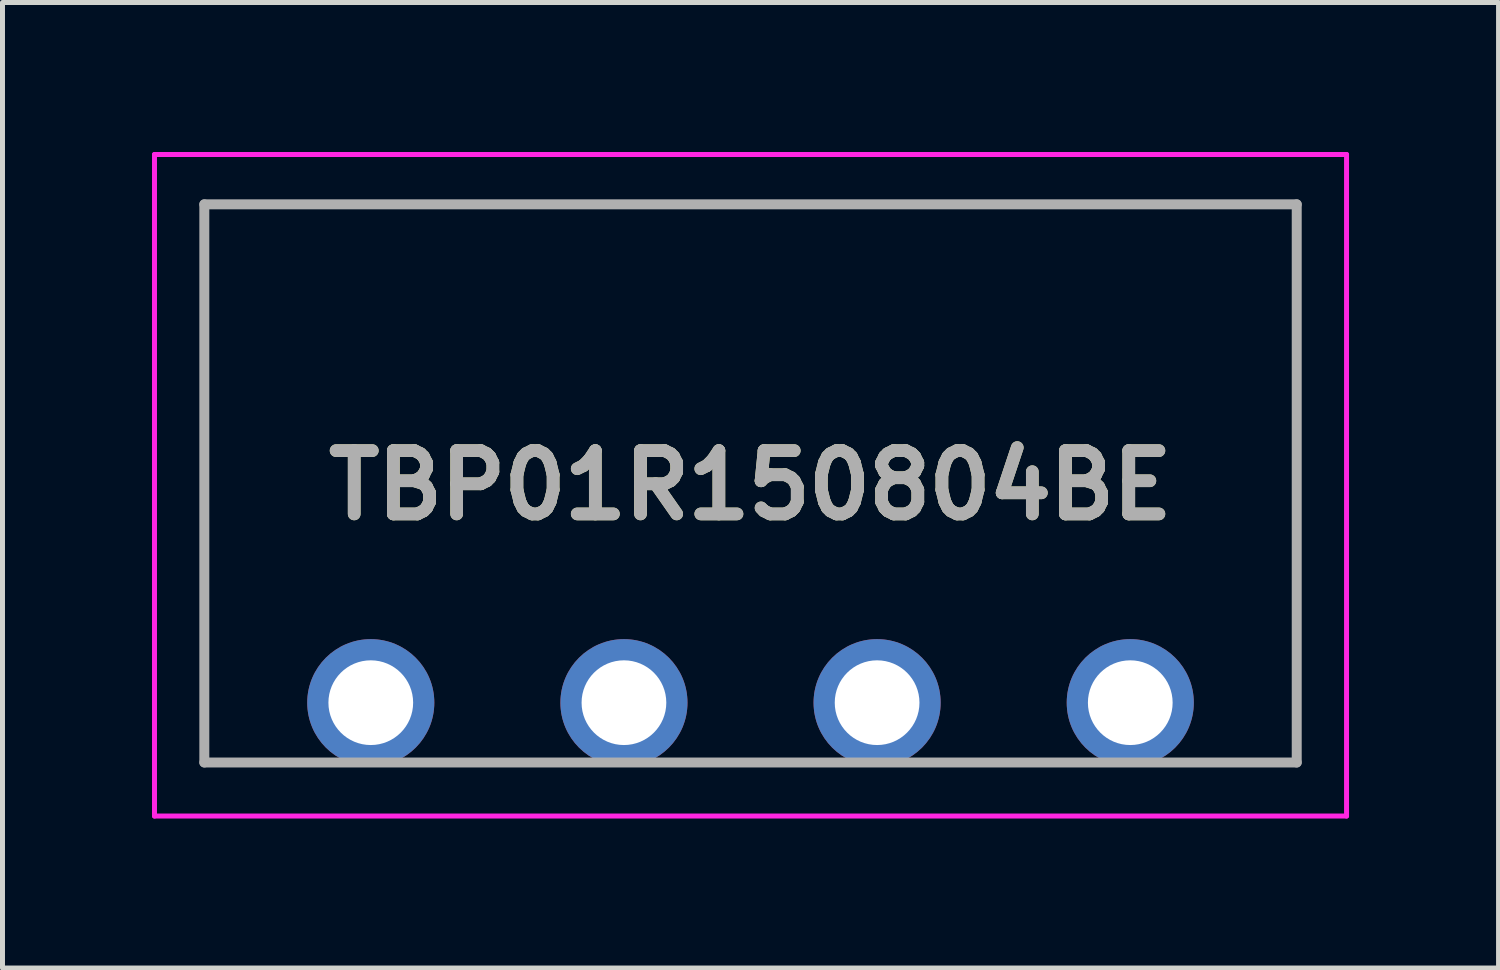
<source format=kicad_pcb>
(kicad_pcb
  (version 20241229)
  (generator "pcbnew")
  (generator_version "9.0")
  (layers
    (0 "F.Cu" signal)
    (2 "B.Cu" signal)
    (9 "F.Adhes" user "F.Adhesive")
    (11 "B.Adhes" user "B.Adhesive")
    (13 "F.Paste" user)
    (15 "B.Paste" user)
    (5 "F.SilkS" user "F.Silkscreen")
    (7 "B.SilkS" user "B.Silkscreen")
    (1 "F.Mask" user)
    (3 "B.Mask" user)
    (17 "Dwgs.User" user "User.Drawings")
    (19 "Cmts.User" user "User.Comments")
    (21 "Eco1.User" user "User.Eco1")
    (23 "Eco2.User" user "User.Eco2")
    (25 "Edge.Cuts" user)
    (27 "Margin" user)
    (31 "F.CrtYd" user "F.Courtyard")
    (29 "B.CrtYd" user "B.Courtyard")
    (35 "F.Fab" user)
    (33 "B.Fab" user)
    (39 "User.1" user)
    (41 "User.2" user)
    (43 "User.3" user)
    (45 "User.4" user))
  (footprint "TBP01R150804BE"
    (layer "F.Cu")
    (at 4.39 11.05)
    (property "Reference" "TBP01R150804BE" (at 7.62 -4.362 0) (layer "F.SilkS") (effects (font (size 1.27 1.27) (thickness 0.254))))
    (attr through_hole)
    (fp_line (start -3.34 -10) (end 18.58 -10) (stroke (width 0.1) (type solid)) (layer "F.SilkS"))
    (fp_line (start -3.34 1.2) (end -3.34 -10) (stroke (width 0.1) (type solid)) (layer "F.SilkS"))
    (fp_line (start 18.58 -10) (end 18.58 0) (stroke (width 0.1) (type solid)) (layer "F.SilkS"))
    (fp_line (start 18.58 0) (end 18.58 1.2) (stroke (width 0.1) (type solid)) (layer "F.SilkS"))
    (fp_line (start -4.34 -11) (end 19.58 -11) (stroke (width 0.1) (type solid)) (layer "F.CrtYd"))
    (fp_line (start -4.34 2.275) (end -4.34 -11) (stroke (width 0.1) (type solid)) (layer "F.CrtYd"))
    (fp_line (start 19.58 -11) (end 19.58 2.275) (stroke (width 0.1) (type solid)) (layer "F.CrtYd"))
    (fp_line (start 19.58 2.275) (end -4.34 2.275) (stroke (width 0.1) (type solid)) (layer "F.CrtYd"))
    (fp_line (start -3.34 -10) (end 18.58 -10) (stroke (width 0.2) (type solid)) (layer "F.Fab"))
    (fp_line (start -3.34 1.2) (end -3.34 -10) (stroke (width 0.2) (type solid)) (layer "F.Fab"))
    (fp_line (start 18.58 -10) (end 18.58 1.2) (stroke (width 0.2) (type solid)) (layer "F.Fab"))
    (fp_line (start 18.58 1.2) (end -3.34 1.2) (stroke (width 0.2) (type solid)) (layer "F.Fab"))
    (fp_text user "${REFERENCE}" (at 7.62 -4.362 0) (layer "F.Fab") (effects (font (size 1.27 1.27) (thickness 0.254))))
    (pad "1" thru_hole circle (at 0 0) (size 2.55 2.55) (drill 1.7) (layers "*.Cu" "*.Mask"))
    (pad "2" thru_hole circle (at 5.08 0) (size 2.55 2.55) (drill 1.7) (layers "*.Cu" "*.Mask"))
    (pad "3" thru_hole circle (at 10.16 0) (size 2.55 2.55) (drill 1.7) (layers "*.Cu" "*.Mask"))
    (pad "4" thru_hole circle (at 15.24 0) (size 2.55 2.55) (drill 1.7) (layers "*.Cu" "*.Mask")))
  (gr_rect
    (start -3 -3)
    (end 27.02 16.375)
    (stroke (width 0.1) (type default))
    (fill no)
    (layer "Edge.Cuts")))
</source>
